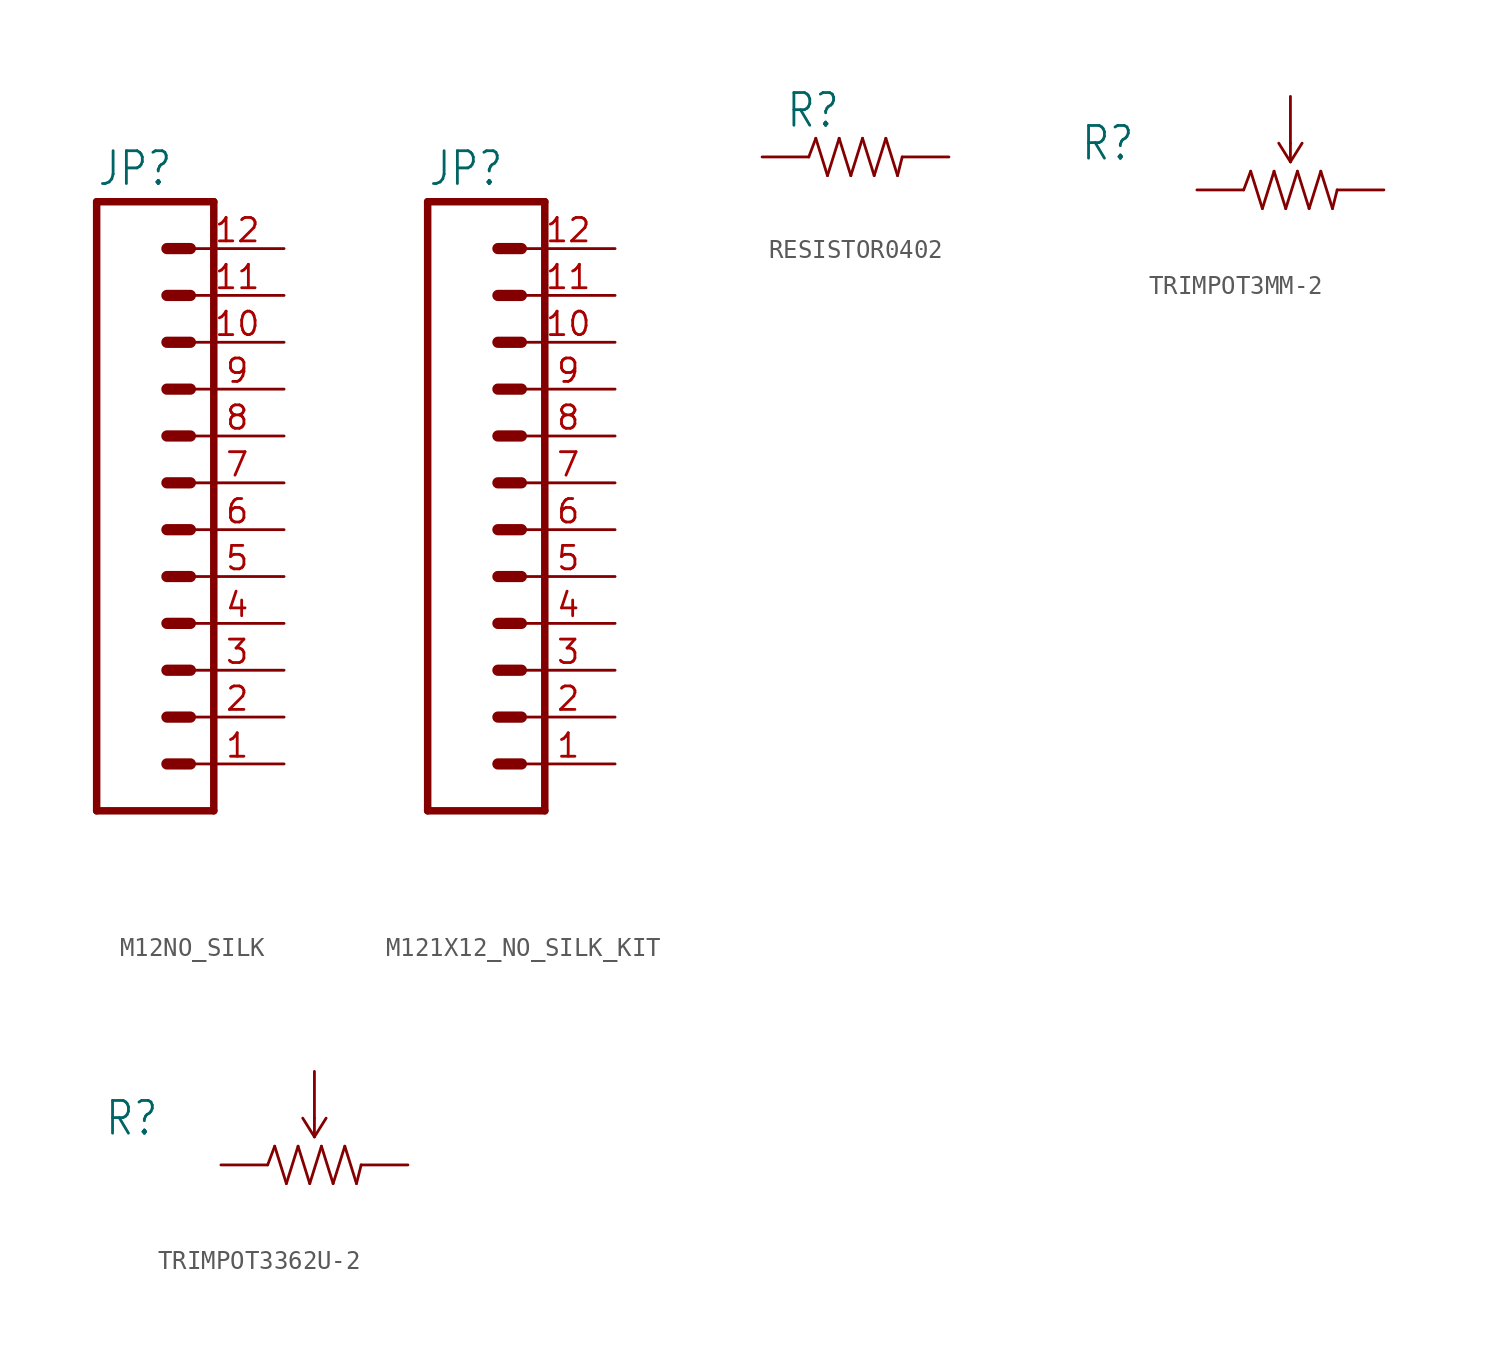
<source format=kicad_sym>
(kicad_symbol_lib
  (version 20220914)
  (generator kicad_symbol_editor)
  (symbol "M12NO_SILK"
    (property "Reference" "JP"
      (at 0 16.002 0)
      (effects (font (size 1.778 1.511)) (justify left bottom)))
    (property "Value" ""
      (at 0 -20.32 0)
      (effects (font (size 1.778 1.511)) (justify left bottom)))
    (property "ki_locked" ""
      (at 0 0 0)
      (effects (font (size 1.27 1.27))))
    (symbol "M12NO_SILK_1_0"
      (polyline (pts (xy 0 15.24) (xy 0 -17.78)) (stroke (width 0.406) (type solid)) (fill (type none)))
      (polyline (pts (xy 0 15.24) (xy 6.35 15.24)) (stroke (width 0.406) (type solid)) (fill (type none)))
      (polyline (pts (xy 3.81 -15.24) (xy 5.08 -15.24)) (stroke (width 0.61) (type solid)) (fill (type none)))
      (polyline (pts (xy 3.81 -12.7) (xy 5.08 -12.7)) (stroke (width 0.61) (type solid)) (fill (type none)))
      (polyline (pts (xy 3.81 -10.16) (xy 5.08 -10.16)) (stroke (width 0.61) (type solid)) (fill (type none)))
      (polyline (pts (xy 3.81 -7.62) (xy 5.08 -7.62)) (stroke (width 0.61) (type solid)) (fill (type none)))
      (polyline (pts (xy 3.81 -5.08) (xy 5.08 -5.08)) (stroke (width 0.61) (type solid)) (fill (type none)))
      (polyline (pts (xy 3.81 -2.54) (xy 5.08 -2.54)) (stroke (width 0.61) (type solid)) (fill (type none)))
      (polyline (pts (xy 3.81 0) (xy 5.08 0)) (stroke (width 0.61) (type solid)) (fill (type none)))
      (polyline (pts (xy 3.81 2.54) (xy 5.08 2.54)) (stroke (width 0.61) (type solid)) (fill (type none)))
      (polyline (pts (xy 3.81 5.08) (xy 5.08 5.08)) (stroke (width 0.61) (type solid)) (fill (type none)))
      (polyline (pts (xy 3.81 7.62) (xy 5.08 7.62)) (stroke (width 0.61) (type solid)) (fill (type none)))
      (polyline (pts (xy 3.81 10.16) (xy 5.08 10.16)) (stroke (width 0.61) (type solid)) (fill (type none)))
      (polyline (pts (xy 3.81 12.7) (xy 5.08 12.7)) (stroke (width 0.61) (type solid)) (fill (type none)))
      (polyline (pts (xy 6.35 -17.78) (xy 0 -17.78)) (stroke (width 0.406) (type solid)) (fill (type none)))
      (polyline (pts (xy 6.35 -17.78) (xy 6.35 15.24)) (stroke (width 0.406) (type solid)) (fill (type none)))
      (pin passive line (at 10.16 -15.24 180) (length 5.08) (name "1" (effects (font (size 0 0)))) (number "1" (effects (font (size 1.27 1.27)))))
      (pin passive line (at 10.16 7.62 180) (length 5.08) (name "10" (effects (font (size 0 0)))) (number "10" (effects (font (size 1.27 1.27)))))
      (pin passive line (at 10.16 10.16 180) (length 5.08) (name "11" (effects (font (size 0 0)))) (number "11" (effects (font (size 1.27 1.27)))))
      (pin passive line (at 10.16 12.7 180) (length 5.08) (name "12" (effects (font (size 0 0)))) (number "12" (effects (font (size 1.27 1.27)))))
      (pin passive line (at 10.16 -12.7 180) (length 5.08) (name "2" (effects (font (size 0 0)))) (number "2" (effects (font (size 1.27 1.27)))))
      (pin passive line (at 10.16 -10.16 180) (length 5.08) (name "3" (effects (font (size 0 0)))) (number "3" (effects (font (size 1.27 1.27)))))
      (pin passive line (at 10.16 -7.62 180) (length 5.08) (name "4" (effects (font (size 0 0)))) (number "4" (effects (font (size 1.27 1.27)))))
      (pin passive line (at 10.16 -5.08 180) (length 5.08) (name "5" (effects (font (size 0 0)))) (number "5" (effects (font (size 1.27 1.27)))))
      (pin passive line (at 10.16 -2.54 180) (length 5.08) (name "6" (effects (font (size 0 0)))) (number "6" (effects (font (size 1.27 1.27)))))
      (pin passive line (at 10.16 0 180) (length 5.08) (name "7" (effects (font (size 0 0)))) (number "7" (effects (font (size 1.27 1.27)))))
      (pin passive line (at 10.16 2.54 180) (length 5.08) (name "8" (effects (font (size 0 0)))) (number "8" (effects (font (size 1.27 1.27)))))
      (pin passive line (at 10.16 5.08 180) (length 5.08) (name "9" (effects (font (size 0 0)))) (number "9" (effects (font (size 1.27 1.27)))))))
  (symbol "M121X12_NO_SILK_KIT"
    (property "Reference" "JP"
      (at 0 16.002 0)
      (effects (font (size 1.778 1.511)) (justify left bottom)))
    (property "Value" ""
      (at 0 -20.32 0)
      (effects (font (size 1.778 1.511)) (justify left bottom)))
    (property "ki_locked" ""
      (at 0 0 0)
      (effects (font (size 1.27 1.27))))
    (symbol "M121X12_NO_SILK_KIT_1_0"
      (polyline (pts (xy 0 15.24) (xy 0 -17.78)) (stroke (width 0.406) (type solid)) (fill (type none)))
      (polyline (pts (xy 0 15.24) (xy 6.35 15.24)) (stroke (width 0.406) (type solid)) (fill (type none)))
      (polyline (pts (xy 3.81 -15.24) (xy 5.08 -15.24)) (stroke (width 0.61) (type solid)) (fill (type none)))
      (polyline (pts (xy 3.81 -12.7) (xy 5.08 -12.7)) (stroke (width 0.61) (type solid)) (fill (type none)))
      (polyline (pts (xy 3.81 -10.16) (xy 5.08 -10.16)) (stroke (width 0.61) (type solid)) (fill (type none)))
      (polyline (pts (xy 3.81 -7.62) (xy 5.08 -7.62)) (stroke (width 0.61) (type solid)) (fill (type none)))
      (polyline (pts (xy 3.81 -5.08) (xy 5.08 -5.08)) (stroke (width 0.61) (type solid)) (fill (type none)))
      (polyline (pts (xy 3.81 -2.54) (xy 5.08 -2.54)) (stroke (width 0.61) (type solid)) (fill (type none)))
      (polyline (pts (xy 3.81 0) (xy 5.08 0)) (stroke (width 0.61) (type solid)) (fill (type none)))
      (polyline (pts (xy 3.81 2.54) (xy 5.08 2.54)) (stroke (width 0.61) (type solid)) (fill (type none)))
      (polyline (pts (xy 3.81 5.08) (xy 5.08 5.08)) (stroke (width 0.61) (type solid)) (fill (type none)))
      (polyline (pts (xy 3.81 7.62) (xy 5.08 7.62)) (stroke (width 0.61) (type solid)) (fill (type none)))
      (polyline (pts (xy 3.81 10.16) (xy 5.08 10.16)) (stroke (width 0.61) (type solid)) (fill (type none)))
      (polyline (pts (xy 3.81 12.7) (xy 5.08 12.7)) (stroke (width 0.61) (type solid)) (fill (type none)))
      (polyline (pts (xy 6.35 -17.78) (xy 0 -17.78)) (stroke (width 0.406) (type solid)) (fill (type none)))
      (polyline (pts (xy 6.35 -17.78) (xy 6.35 15.24)) (stroke (width 0.406) (type solid)) (fill (type none)))
      (pin passive line (at 10.16 -15.24 180) (length 5.08) (name "1" (effects (font (size 0 0)))) (number "1" (effects (font (size 1.27 1.27)))))
      (pin passive line (at 10.16 7.62 180) (length 5.08) (name "10" (effects (font (size 0 0)))) (number "10" (effects (font (size 1.27 1.27)))))
      (pin passive line (at 10.16 10.16 180) (length 5.08) (name "11" (effects (font (size 0 0)))) (number "11" (effects (font (size 1.27 1.27)))))
      (pin passive line (at 10.16 12.7 180) (length 5.08) (name "12" (effects (font (size 0 0)))) (number "12" (effects (font (size 1.27 1.27)))))
      (pin passive line (at 10.16 -12.7 180) (length 5.08) (name "2" (effects (font (size 0 0)))) (number "2" (effects (font (size 1.27 1.27)))))
      (pin passive line (at 10.16 -10.16 180) (length 5.08) (name "3" (effects (font (size 0 0)))) (number "3" (effects (font (size 1.27 1.27)))))
      (pin passive line (at 10.16 -7.62 180) (length 5.08) (name "4" (effects (font (size 0 0)))) (number "4" (effects (font (size 1.27 1.27)))))
      (pin passive line (at 10.16 -5.08 180) (length 5.08) (name "5" (effects (font (size 0 0)))) (number "5" (effects (font (size 1.27 1.27)))))
      (pin passive line (at 10.16 -2.54 180) (length 5.08) (name "6" (effects (font (size 0 0)))) (number "6" (effects (font (size 1.27 1.27)))))
      (pin passive line (at 10.16 0 180) (length 5.08) (name "7" (effects (font (size 0 0)))) (number "7" (effects (font (size 1.27 1.27)))))
      (pin passive line (at 10.16 2.54 180) (length 5.08) (name "8" (effects (font (size 0 0)))) (number "8" (effects (font (size 1.27 1.27)))))
      (pin passive line (at 10.16 5.08 180) (length 5.08) (name "9" (effects (font (size 0 0)))) (number "9" (effects (font (size 1.27 1.27)))))))
  (symbol "RESISTOR0402"
    (property "Reference" "R"
      (at -3.81 1.499 0)
      (effects (font (size 1.778 1.511)) (justify left bottom)))
    (property "Value" ""
      (at -3.81 -3.302 0)
      (effects (font (size 1.778 1.511)) (justify left bottom)))
    (property "ki_locked" ""
      (at 0 0 0)
      (effects (font (size 1.27 1.27))))
    (symbol "RESISTOR0402_1_0"
      (polyline (pts (xy -2.54 0) (xy -2.159 1.016)) (stroke (width 0.152) (type solid)) (fill (type none)))
      (polyline (pts (xy -2.159 1.016) (xy -1.524 -1.016)) (stroke (width 0.152) (type solid)) (fill (type none)))
      (polyline (pts (xy -1.524 -1.016) (xy -0.889 1.016)) (stroke (width 0.152) (type solid)) (fill (type none)))
      (polyline (pts (xy -0.889 1.016) (xy -0.254 -1.016)) (stroke (width 0.152) (type solid)) (fill (type none)))
      (polyline (pts (xy -0.254 -1.016) (xy 0.381 1.016)) (stroke (width 0.152) (type solid)) (fill (type none)))
      (polyline (pts (xy 0.381 1.016) (xy 1.016 -1.016)) (stroke (width 0.152) (type solid)) (fill (type none)))
      (polyline (pts (xy 1.016 -1.016) (xy 1.651 1.016)) (stroke (width 0.152) (type solid)) (fill (type none)))
      (polyline (pts (xy 1.651 1.016) (xy 2.286 -1.016)) (stroke (width 0.152) (type solid)) (fill (type none)))
      (polyline (pts (xy 2.286 -1.016) (xy 2.54 0)) (stroke (width 0.152) (type solid)) (fill (type none)))
      (pin passive line (at -5.08 0 0) (length 2.54) (name "1" (effects (font (size 0 0)))) (number "1" (effects (font (size 0 0)))))
      (pin passive line (at 5.08 0 180) (length 2.54) (name "2" (effects (font (size 0 0)))) (number "2" (effects (font (size 0 0)))))))
  (symbol "TRIMPOT3MM-2"
    (property "Reference" "R"
      (at -11.43 1.499 0)
      (effects (font (size 1.778 1.511)) (justify left bottom)))
    (property "Value" ""
      (at -3.81 -3.302 0)
      (effects (font (size 1.778 1.511)) (justify left bottom)))
    (property "ki_locked" ""
      (at 0 0 0)
      (effects (font (size 1.27 1.27))))
    (symbol "TRIMPOT3MM-2_1_0"
      (polyline (pts (xy -2.54 0) (xy -2.159 1.016)) (stroke (width 0.152) (type solid)) (fill (type none)))
      (polyline (pts (xy -2.159 1.016) (xy -1.524 -1.016)) (stroke (width 0.152) (type solid)) (fill (type none)))
      (polyline (pts (xy -1.524 -1.016) (xy -0.889 1.016)) (stroke (width 0.152) (type solid)) (fill (type none)))
      (polyline (pts (xy -0.889 1.016) (xy -0.254 -1.016)) (stroke (width 0.152) (type solid)) (fill (type none)))
      (polyline (pts (xy -0.635 2.54) (xy 0 1.524)) (stroke (width 0.152) (type solid)) (fill (type none)))
      (polyline (pts (xy -0.254 -1.016) (xy 0.381 1.016)) (stroke (width 0.152) (type solid)) (fill (type none)))
      (polyline (pts (xy 0 1.524) (xy 0.635 2.54)) (stroke (width 0.152) (type solid)) (fill (type none)))
      (polyline (pts (xy 0 2.54) (xy 0 1.524)) (stroke (width 0.152) (type solid)) (fill (type none)))
      (polyline (pts (xy 0.381 1.016) (xy 1.016 -1.016)) (stroke (width 0.152) (type solid)) (fill (type none)))
      (polyline (pts (xy 1.016 -1.016) (xy 1.651 1.016)) (stroke (width 0.152) (type solid)) (fill (type none)))
      (polyline (pts (xy 1.651 1.016) (xy 2.286 -1.016)) (stroke (width 0.152) (type solid)) (fill (type none)))
      (polyline (pts (xy 2.286 -1.016) (xy 2.54 0)) (stroke (width 0.152) (type solid)) (fill (type none)))
      (pin passive line (at -5.08 0 0) (length 2.54) (name "CCW" (effects (font (size 0 0)))) (number "1" (effects (font (size 0 0)))))
      (pin passive line (at 0 5.08 270) (length 2.54) (name "WIPER" (effects (font (size 0 0)))) (number "2" (effects (font (size 0 0)))))
      (pin passive line (at 5.08 0 180) (length 2.54) (name "CW" (effects (font (size 0 0)))) (number "3" (effects (font (size 0 0)))))))
  (symbol "TRIMPOT3362U-2"
    (property "Reference" "R"
      (at -11.43 1.499 0)
      (effects (font (size 1.778 1.511)) (justify left bottom)))
    (property "Value" ""
      (at -3.81 -3.302 0)
      (effects (font (size 1.778 1.511)) (justify left bottom)))
    (property "ki_locked" ""
      (at 0 0 0)
      (effects (font (size 1.27 1.27))))
    (symbol "TRIMPOT3362U-2_1_0"
      (polyline (pts (xy -2.54 0) (xy -2.159 1.016)) (stroke (width 0.152) (type solid)) (fill (type none)))
      (polyline (pts (xy -2.159 1.016) (xy -1.524 -1.016)) (stroke (width 0.152) (type solid)) (fill (type none)))
      (polyline (pts (xy -1.524 -1.016) (xy -0.889 1.016)) (stroke (width 0.152) (type solid)) (fill (type none)))
      (polyline (pts (xy -0.889 1.016) (xy -0.254 -1.016)) (stroke (width 0.152) (type solid)) (fill (type none)))
      (polyline (pts (xy -0.635 2.54) (xy 0 1.524)) (stroke (width 0.152) (type solid)) (fill (type none)))
      (polyline (pts (xy -0.254 -1.016) (xy 0.381 1.016)) (stroke (width 0.152) (type solid)) (fill (type none)))
      (polyline (pts (xy 0 1.524) (xy 0.635 2.54)) (stroke (width 0.152) (type solid)) (fill (type none)))
      (polyline (pts (xy 0 2.54) (xy 0 1.524)) (stroke (width 0.152) (type solid)) (fill (type none)))
      (polyline (pts (xy 0.381 1.016) (xy 1.016 -1.016)) (stroke (width 0.152) (type solid)) (fill (type none)))
      (polyline (pts (xy 1.016 -1.016) (xy 1.651 1.016)) (stroke (width 0.152) (type solid)) (fill (type none)))
      (polyline (pts (xy 1.651 1.016) (xy 2.286 -1.016)) (stroke (width 0.152) (type solid)) (fill (type none)))
      (polyline (pts (xy 2.286 -1.016) (xy 2.54 0)) (stroke (width 0.152) (type solid)) (fill (type none)))
      (pin passive line (at -5.08 0 0) (length 2.54) (name "CCW" (effects (font (size 0 0)))) (number "1" (effects (font (size 0 0)))))
      (pin passive line (at 0 5.08 270) (length 2.54) (name "WIPER" (effects (font (size 0 0)))) (number "2" (effects (font (size 0 0)))))
      (pin passive line (at 5.08 0 180) (length 2.54) (name "CW" (effects (font (size 0 0)))) (number "3" (effects (font (size 0 0))))))))
</source>
